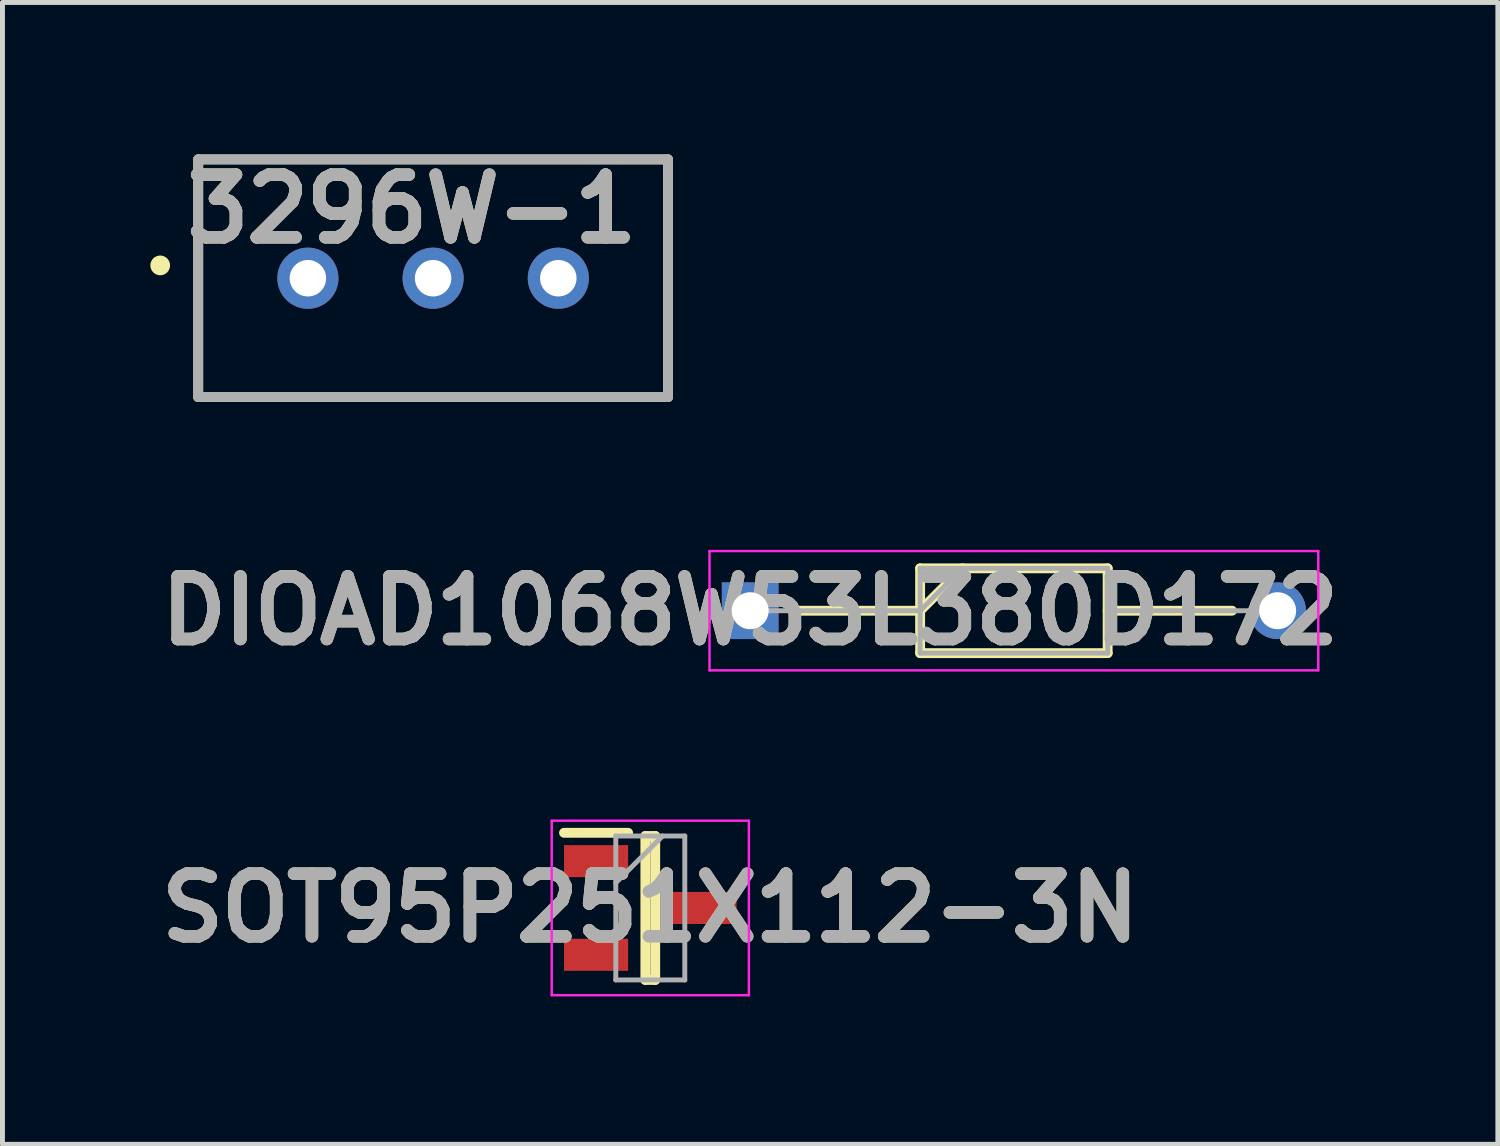
<source format=kicad_pcb>
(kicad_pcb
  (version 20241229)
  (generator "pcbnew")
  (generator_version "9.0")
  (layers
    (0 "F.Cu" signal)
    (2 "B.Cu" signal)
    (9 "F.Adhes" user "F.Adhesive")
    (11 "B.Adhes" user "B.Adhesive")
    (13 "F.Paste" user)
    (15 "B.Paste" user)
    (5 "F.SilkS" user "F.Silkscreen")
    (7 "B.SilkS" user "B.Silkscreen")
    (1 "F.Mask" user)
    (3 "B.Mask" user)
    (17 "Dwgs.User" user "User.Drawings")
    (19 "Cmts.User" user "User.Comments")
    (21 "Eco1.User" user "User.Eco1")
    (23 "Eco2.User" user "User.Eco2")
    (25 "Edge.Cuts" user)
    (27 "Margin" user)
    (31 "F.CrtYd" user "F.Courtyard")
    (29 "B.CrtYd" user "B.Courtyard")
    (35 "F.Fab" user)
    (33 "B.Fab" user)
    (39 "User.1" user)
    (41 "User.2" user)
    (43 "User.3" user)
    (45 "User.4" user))
  (footprint "SOT95P251X112-3N"
    (layer "F.Cu")
    (at 10.142 15.369)
    (property "Reference" "SOT95P251X112-3N" (at 0 0 0) (layer "F.SilkS") (effects (font (size 1.27 1.27) (thickness 0.254))))
    (attr smd)
    (fp_line (start -1.75 -1.525) (end -0.45 -1.525) (stroke (width 0.2) (type solid)) (layer "F.SilkS"))
    (fp_line (start -0.1 -1.46) (end 0.1 -1.46) (stroke (width 0.2) (type solid)) (layer "F.SilkS"))
    (fp_line (start -0.1 1.46) (end -0.1 -1.46) (stroke (width 0.2) (type solid)) (layer "F.SilkS"))
    (fp_line (start 0.1 -1.46) (end 0.1 1.46) (stroke (width 0.2) (type solid)) (layer "F.SilkS"))
    (fp_line (start 0.1 1.46) (end -0.1 1.46) (stroke (width 0.2) (type solid)) (layer "F.SilkS"))
    (fp_line (start -2 -1.77) (end 2 -1.77) (stroke (width 0.05) (type solid)) (layer "F.CrtYd"))
    (fp_line (start -2 1.77) (end -2 -1.77) (stroke (width 0.05) (type solid)) (layer "F.CrtYd"))
    (fp_line (start 2 -1.77) (end 2 1.77) (stroke (width 0.05) (type solid)) (layer "F.CrtYd"))
    (fp_line (start 2 1.77) (end -2 1.77) (stroke (width 0.05) (type solid)) (layer "F.CrtYd"))
    (fp_line (start -0.7 -1.46) (end 0.7 -1.46) (stroke (width 0.1) (type solid)) (layer "F.Fab"))
    (fp_line (start -0.7 -0.51) (end 0.25 -1.46) (stroke (width 0.1) (type solid)) (layer "F.Fab"))
    (fp_line (start -0.7 1.46) (end -0.7 -1.46) (stroke (width 0.1) (type solid)) (layer "F.Fab"))
    (fp_line (start 0.7 -1.46) (end 0.7 1.46) (stroke (width 0.1) (type solid)) (layer "F.Fab"))
    (fp_line (start 0.7 1.46) (end -0.7 1.46) (stroke (width 0.1) (type solid)) (layer "F.Fab"))
    (fp_text user "${REFERENCE}" (at 0 0 0) (layer "F.Fab") (effects (font (size 1.27 1.27) (thickness 0.254))))
    (pad "1" smd rect (at -1.1 -0.95 90) (size 0.65 1.3) (layers "F.Cu" "F.Mask" "F.Paste"))
    (pad "2" smd rect (at -1.1 0.95 90) (size 0.65 1.3) (layers "F.Cu" "F.Mask" "F.Paste"))
    (pad "3" smd rect (at 1.1 0 90) (size 0.65 1.3) (layers "F.Cu" "F.Mask" "F.Paste")))
  (footprint "3296W-1"
    (layer "F.Cu")
    (at 5.736 2.594)
    (property "Reference" "3296W-1" (at -0.432 -1.405 0) (layer "F.SilkS") (effects (font (size 1.27 1.27) (thickness 0.254))))
    (attr through_hole)
    (fp_line (start -4.765 -2.41) (end 4.765 -2.41) (stroke (width 0.2) (type solid)) (layer "F.SilkS"))
    (fp_line (start -4.765 2.41) (end -4.765 -2.41) (stroke (width 0.2) (type solid)) (layer "F.SilkS"))
    (fp_line (start 4.765 -2.41) (end 4.765 2.41) (stroke (width 0.2) (type solid)) (layer "F.SilkS"))
    (fp_line (start 4.765 2.41) (end -4.765 2.41) (stroke (width 0.2) (type solid)) (layer "F.SilkS"))
    (fp_circle (center -5.536 -0.26) (end -5.536 -0.16) (stroke (width 0.2) (type solid)) (fill no) (layer "F.SilkS"))
    (fp_line (start -4.765 -2.41) (end 4.765 -2.41) (stroke (width 0.2) (type solid)) (layer "F.Fab"))
    (fp_line (start -4.765 2.41) (end -4.765 -2.41) (stroke (width 0.2) (type solid)) (layer "F.Fab"))
    (fp_line (start 4.765 -2.41) (end 4.765 2.41) (stroke (width 0.2) (type solid)) (layer "F.Fab"))
    (fp_line (start 4.765 2.41) (end -4.765 2.41) (stroke (width 0.2) (type solid)) (layer "F.Fab"))
    (fp_text user "${REFERENCE}" (at -0.432 -1.405 0) (layer "F.Fab") (effects (font (size 1.27 1.27) (thickness 0.254))))
    (pad "1" thru_hole circle (at -2.54 0) (size 1.24 1.24) (drill 0.74) (layers "*.Cu" "*.Mask"))
    (pad "2" thru_hole circle (at 0 0) (size 1.24 1.24) (drill 0.74) (layers "*.Cu" "*.Mask"))
    (pad "3" thru_hole circle (at 2.54 0) (size 1.24 1.24) (drill 0.74) (layers "*.Cu" "*.Mask")))
  (footprint "DIOAD1068W53L380D172"
    (layer "F.Cu")
    (at 12.168 9.339)
    (property "Reference" "DIOAD1068W53L380D172" (at 0 0 0) (layer "F.SilkS") (effects (font (size 1.27 1.27) (thickness 0.254))))
    (attr through_hole)
    (fp_line (start 0.925 0) (end 3.448 0) (stroke (width 0.2) (type solid)) (layer "F.SilkS"))
    (fp_line (start 3.448 -0.86) (end 7.252 -0.86) (stroke (width 0.2) (type solid)) (layer "F.SilkS"))
    (fp_line (start 3.448 0) (end 4.308 -0.86) (stroke (width 0.2) (type solid)) (layer "F.SilkS"))
    (fp_line (start 3.448 0.86) (end 3.448 -0.86) (stroke (width 0.2) (type solid)) (layer "F.SilkS"))
    (fp_line (start 7.252 -0.86) (end 7.252 0.86) (stroke (width 0.2) (type solid)) (layer "F.SilkS"))
    (fp_line (start 7.252 0) (end 9.775 0) (stroke (width 0.2) (type solid)) (layer "F.SilkS"))
    (fp_line (start 7.252 0.86) (end 3.448 0.86) (stroke (width 0.2) (type solid)) (layer "F.SilkS"))
    (fp_line (start -0.825 -1.21) (end 11.525 -1.21) (stroke (width 0.05) (type solid)) (layer "F.CrtYd"))
    (fp_line (start -0.825 1.21) (end -0.825 -1.21) (stroke (width 0.05) (type solid)) (layer "F.CrtYd"))
    (fp_line (start 11.525 -1.21) (end 11.525 1.21) (stroke (width 0.05) (type solid)) (layer "F.CrtYd"))
    (fp_line (start 11.525 1.21) (end -0.825 1.21) (stroke (width 0.05) (type solid)) (layer "F.CrtYd"))
    (fp_line (start 0 0) (end 3.448 0) (stroke (width 0.1) (type solid)) (layer "F.Fab"))
    (fp_line (start 3.448 -0.86) (end 7.253 -0.86) (stroke (width 0.1) (type solid)) (layer "F.Fab"))
    (fp_line (start 3.448 0) (end 4.308 -0.86) (stroke (width 0.1) (type solid)) (layer "F.Fab"))
    (fp_line (start 3.448 0.86) (end 3.448 -0.86) (stroke (width 0.1) (type solid)) (layer "F.Fab"))
    (fp_line (start 7.252 0) (end 10.7 0) (stroke (width 0.1) (type solid)) (layer "F.Fab"))
    (fp_line (start 7.253 -0.86) (end 7.253 0.86) (stroke (width 0.1) (type solid)) (layer "F.Fab"))
    (fp_line (start 7.253 0.86) (end 3.448 0.86) (stroke (width 0.1) (type solid)) (layer "F.Fab"))
    (fp_text user "${REFERENCE}" (at 0 0 0) (layer "F.Fab") (effects (font (size 1.27 1.27) (thickness 0.254))))
    (pad "1" thru_hole rect (at 0 0) (size 1.15 1.15) (drill 0.75) (layers "*.Cu" "*.Mask"))
    (pad "2" thru_hole circle (at 10.7 0) (size 1.15 1.15) (drill 0.75) (layers "*.Cu" "*.Mask")))
  (gr_rect
    (start -3 -3)
    (end 27.336 20.164)
    (stroke (width 0.1) (type default))
    (fill no)
    (layer "Edge.Cuts")))
</source>
